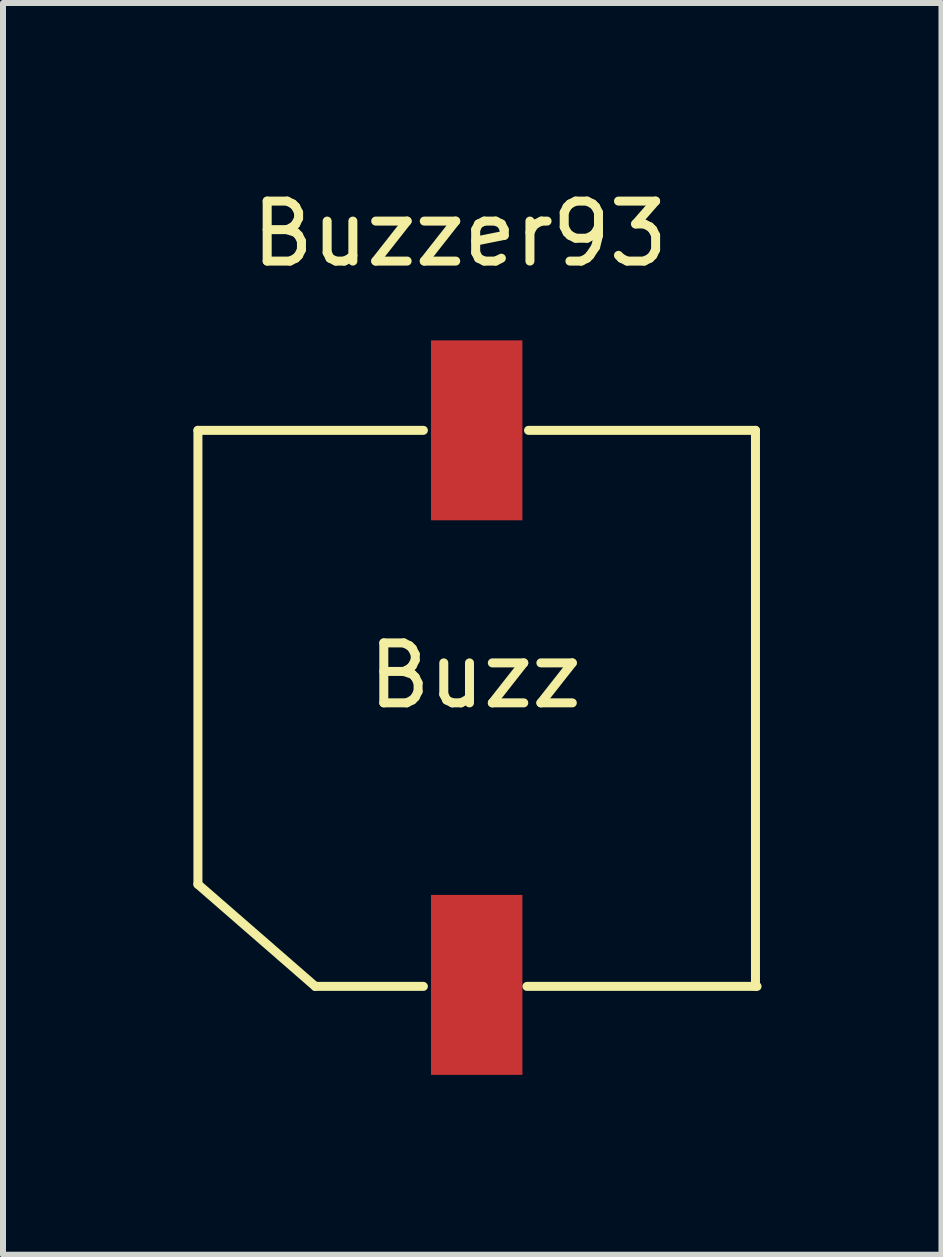
<source format=kicad_pcb>
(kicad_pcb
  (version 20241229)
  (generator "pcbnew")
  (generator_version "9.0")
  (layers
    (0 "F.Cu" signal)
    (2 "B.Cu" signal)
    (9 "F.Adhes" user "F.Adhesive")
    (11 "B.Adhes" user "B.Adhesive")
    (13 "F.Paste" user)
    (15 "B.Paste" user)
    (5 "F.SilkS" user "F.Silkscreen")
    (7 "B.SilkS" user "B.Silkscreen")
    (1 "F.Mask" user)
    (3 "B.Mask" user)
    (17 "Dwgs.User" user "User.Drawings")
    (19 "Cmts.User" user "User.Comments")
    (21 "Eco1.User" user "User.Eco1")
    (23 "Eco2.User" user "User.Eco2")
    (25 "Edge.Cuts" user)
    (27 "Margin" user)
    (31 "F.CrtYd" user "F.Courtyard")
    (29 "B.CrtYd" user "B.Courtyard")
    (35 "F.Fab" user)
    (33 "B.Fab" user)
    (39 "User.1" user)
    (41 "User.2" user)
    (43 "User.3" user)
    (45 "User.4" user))
  (footprint "Buzzer93"
    (layer "F.Cu")
    (at 0.25 13.396)
    (property "Reference" "Buzzer93" (at 4.369 -12.548 0) (layer "F.SilkS") (effects (font (size 1 1) (thickness 0.15))))
    (attr through_hole)
    (fp_line (start 0 -9.271) (end 3.759 -9.271) (stroke (width 0.15) (type solid)) (layer "F.SilkS"))
    (fp_line (start 0 -1.702) (end 0 -9.271) (stroke (width 0.15) (type solid)) (layer "F.SilkS"))
    (fp_line (start 1.956 0) (end 0 -1.702) (stroke (width 0.15) (type solid)) (layer "F.SilkS"))
    (fp_line (start 1.956 0) (end 3.759 0) (stroke (width 0.15) (type solid)) (layer "F.SilkS"))
    (fp_line (start 5.486 0) (end 9.322 0) (stroke (width 0.15) (type solid)) (layer "F.SilkS"))
    (fp_line (start 5.512 -9.271) (end 9.296 -9.271) (stroke (width 0.15) (type solid)) (layer "F.SilkS"))
    (fp_line (start 9.296 -9.271) (end 9.296 0) (stroke (width 0.15) (type solid)) (layer "F.SilkS"))
    (fp_text user "Buzz" (at 4.623 -5.182 0) (layer "F.SilkS") (effects (font (size 1 1) (thickness 0.15))))
    (pad "1" smd rect (at 4.648 -0.025) (size 1.524 3) (layers "F.Cu" "F.Mask" "F.Paste"))
    (pad "2" smd rect (at 4.648 -9.271) (size 1.524 3) (layers "F.Cu" "F.Mask" "F.Paste")))
  (gr_rect
    (start -3 -3)
    (end 12.647 17.87)
    (stroke (width 0.1) (type default))
    (fill no)
    (layer "Edge.Cuts")))
</source>
